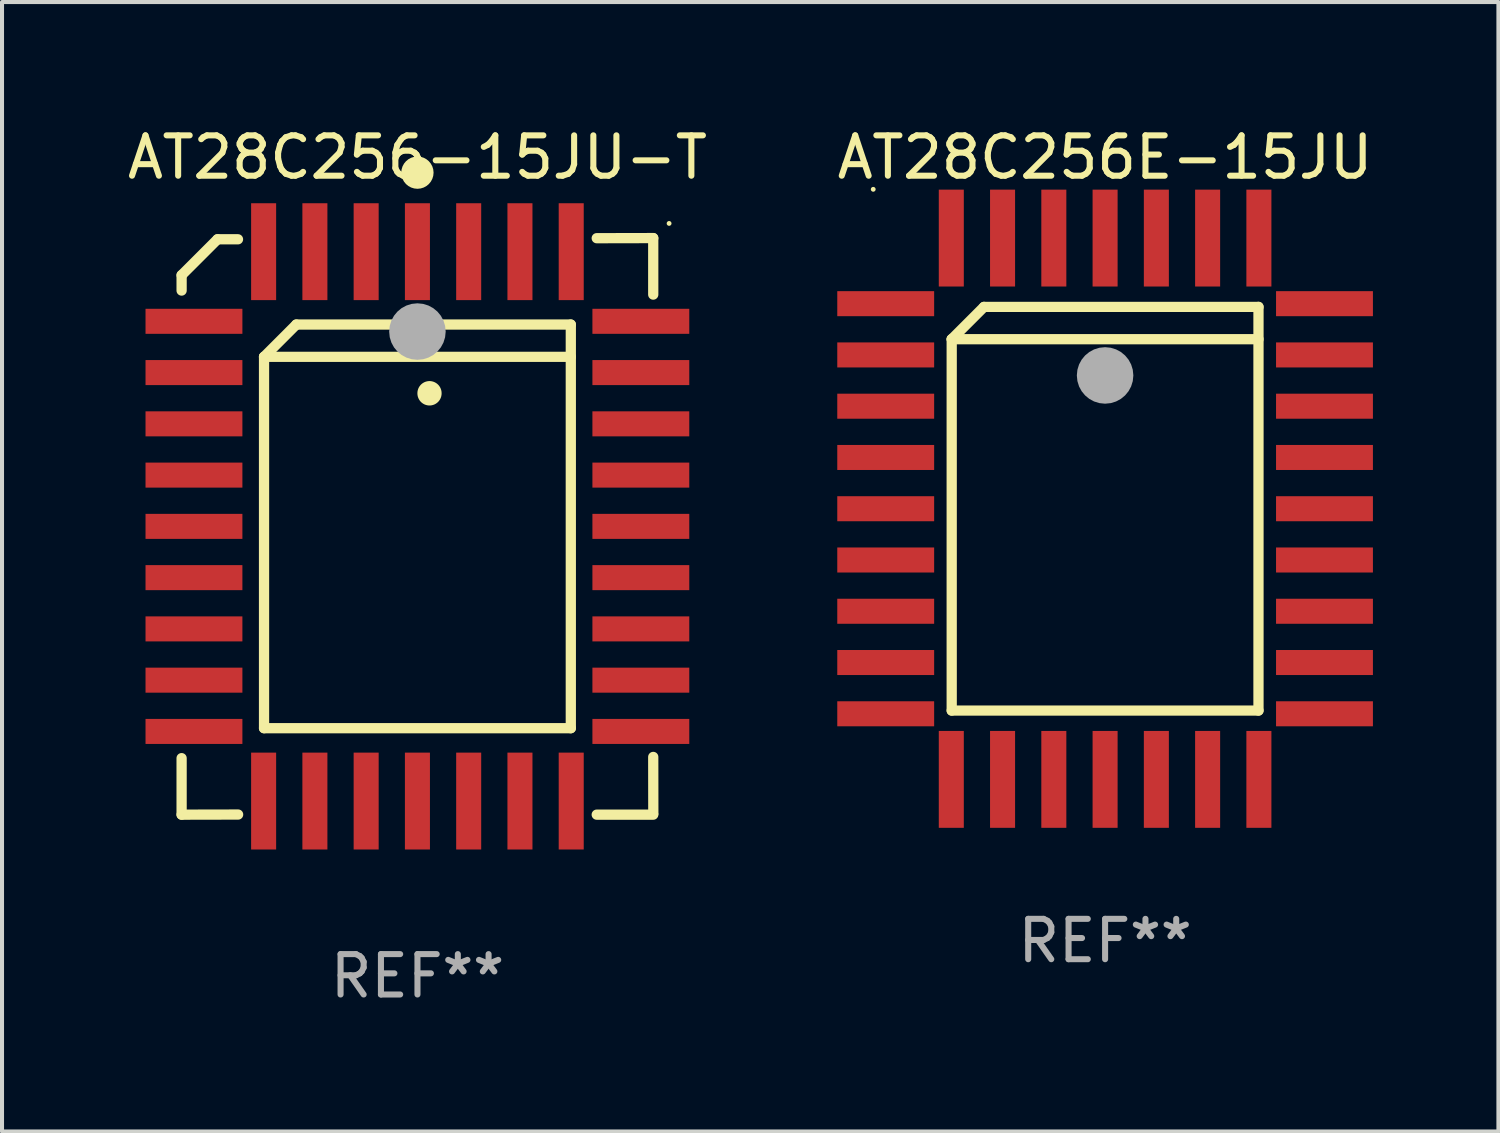
<source format=kicad_pcb>
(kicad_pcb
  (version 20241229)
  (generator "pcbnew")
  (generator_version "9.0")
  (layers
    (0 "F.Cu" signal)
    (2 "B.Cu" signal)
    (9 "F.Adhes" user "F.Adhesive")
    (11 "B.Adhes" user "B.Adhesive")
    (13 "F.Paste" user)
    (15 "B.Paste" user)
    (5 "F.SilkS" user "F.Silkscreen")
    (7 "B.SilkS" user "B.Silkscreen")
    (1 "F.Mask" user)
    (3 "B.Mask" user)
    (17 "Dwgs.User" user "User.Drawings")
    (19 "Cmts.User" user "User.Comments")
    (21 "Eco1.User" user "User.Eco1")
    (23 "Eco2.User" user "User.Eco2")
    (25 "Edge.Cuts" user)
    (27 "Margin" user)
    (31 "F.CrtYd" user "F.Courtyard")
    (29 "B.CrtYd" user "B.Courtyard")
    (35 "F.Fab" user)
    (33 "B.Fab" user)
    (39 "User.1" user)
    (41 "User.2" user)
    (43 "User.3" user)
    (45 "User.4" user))
  (footprint "AT28C256-15JU-T"
    (layer "F.Cu")
    (at 7.292 9.99)
    (property "Reference" "AT28C256-15JU-T" (at 0 -9.142 0) (layer "F.SilkS") (effects (font (size 1 1) (thickness 0.15))))
    (attr through_hole)
    (fp_line (start -5.843 5.742) (end -5.843 7.142) (stroke (width 0.254) (type solid)) (layer "F.SilkS"))
    (fp_line (start -5.843 7.142) (end -4.443 7.139) (stroke (width 0.254) (type solid)) (layer "F.SilkS"))
    (fp_line (start -5.843 -6.223) (end -4.954 -7.112) (stroke (width 0.254) (type solid)) (layer "F.SilkS"))
    (fp_line (start -5.843 -5.842) (end -5.843 -6.223) (stroke (width 0.254) (type solid)) (layer "F.SilkS"))
    (fp_line (start -4.954 -7.112) (end -4.446 -7.112) (stroke (width 0.254) (type solid)) (layer "F.SilkS"))
    (fp_line (start -3.801 -4.2) (end -3.001 -5) (stroke (width 0.254) (type solid)) (layer "F.SilkS"))
    (fp_line (start -3.801 -4.2) (end 3.799 -4.2) (stroke (width 0.254) (type solid)) (layer "F.SilkS"))
    (fp_line (start -3.801 5) (end -3.801 -4.2) (stroke (width 0.254) (type solid)) (layer "F.SilkS"))
    (fp_line (start -3.001 -5) (end 3.799 -5) (stroke (width 0.254) (type solid)) (layer "F.SilkS"))
    (fp_line (start 3.799 -5) (end 3.799 5) (stroke (width 0.254) (type solid)) (layer "F.SilkS"))
    (fp_line (start 3.799 5) (end -3.801 5) (stroke (width 0.254) (type solid)) (layer "F.SilkS"))
    (fp_line (start 4.441 7.142) (end 5.841 7.142) (stroke (width 0.254) (type solid)) (layer "F.SilkS"))
    (fp_line (start 5.841 -7.142) (end 4.441 -7.139) (stroke (width 0.254) (type solid)) (layer "F.SilkS"))
    (fp_line (start 5.841 -5.742) (end 5.841 -7.142) (stroke (width 0.254) (type solid)) (layer "F.SilkS"))
    (fp_line (start 5.843 7.112) (end 5.841 5.712) (stroke (width 0.254) (type solid)) (layer "F.SilkS"))
    (fp_arc (start 0.298285 -3.294387) (mid 0.298274 -3.296927) (end 0.298285 -3.299467) (stroke (width 0.6) (type solid)) (layer "F.SilkS"))
    (fp_circle (center -0.001 -8.763) (end 0.199 -8.763) (stroke (width 0.4) (type solid)) (fill no) (layer "F.SilkS"))
    (fp_circle (center 6.234 -7.505) (end 6.264 -7.505) (stroke (width 0.06) (type solid)) (fill no) (layer "F.SilkS"))
    (fp_circle (center -0.001 -4.826) (end 0.349 -4.826) (stroke (width 0.7) (type solid)) (fill no) (layer "F.Fab"))
    (fp_text user "REF**" (at 0 11.142 0) (layer "F.Fab") (effects (font (size 1 1) (thickness 0.15))))
    (pad "1" smd rect (at -0.001 -6.805 180) (size 0.62 2.4) (layers "F.Cu" "F.Mask" "F.Paste"))
    (pad "2" smd rect (at -1.271 -6.805 180) (size 0.62 2.4) (layers "F.Cu" "F.Mask" "F.Paste"))
    (pad "3" smd rect (at -2.541 -6.805 180) (size 0.62 2.4) (layers "F.Cu" "F.Mask" "F.Paste"))
    (pad "4" smd rect (at -3.811 -6.805 180) (size 0.62 2.4) (layers "F.Cu" "F.Mask" "F.Paste"))
    (pad "5" smd rect (at -5.537 -5.08 270) (size 0.62 2.4) (layers "F.Cu" "F.Mask" "F.Paste"))
    (pad "6" smd rect (at -5.537 -3.81 270) (size 0.62 2.4) (layers "F.Cu" "F.Mask" "F.Paste"))
    (pad "7" smd rect (at -5.537 -2.54 270) (size 0.62 2.4) (layers "F.Cu" "F.Mask" "F.Paste"))
    (pad "8" smd rect (at -5.537 -1.27 270) (size 0.62 2.4) (layers "F.Cu" "F.Mask" "F.Paste"))
    (pad "9" smd rect (at -5.537 0.000127 270) (size 0.62 2.4) (layers "F.Cu" "F.Mask" "F.Paste"))
    (pad "10" smd rect (at -5.537 1.27 270) (size 0.62 2.4) (layers "F.Cu" "F.Mask" "F.Paste"))
    (pad "11" smd rect (at -5.537 2.54 270) (size 0.62 2.4) (layers "F.Cu" "F.Mask" "F.Paste"))
    (pad "12" smd rect (at -5.537 3.81 270) (size 0.62 2.4) (layers "F.Cu" "F.Mask" "F.Paste"))
    (pad "13" smd rect (at -5.537 5.08 270) (size 0.62 2.4) (layers "F.Cu" "F.Mask" "F.Paste"))
    (pad "14" smd rect (at -3.811 6.805) (size 0.62 2.4) (layers "F.Cu" "F.Mask" "F.Paste"))
    (pad "15" smd rect (at -2.541 6.805) (size 0.62 2.4) (layers "F.Cu" "F.Mask" "F.Paste"))
    (pad "16" smd rect (at -1.271 6.805) (size 0.62 2.4) (layers "F.Cu" "F.Mask" "F.Paste"))
    (pad "17" smd rect (at -0.001 6.805) (size 0.62 2.4) (layers "F.Cu" "F.Mask" "F.Paste"))
    (pad "18" smd rect (at 1.269 6.805) (size 0.62 2.4) (layers "F.Cu" "F.Mask" "F.Paste"))
    (pad "19" smd rect (at 2.539 6.805) (size 0.62 2.4) (layers "F.Cu" "F.Mask" "F.Paste"))
    (pad "20" smd rect (at 3.809 6.805) (size 0.62 2.4) (layers "F.Cu" "F.Mask" "F.Paste"))
    (pad "21" smd rect (at 5.534 5.08 90) (size 0.62 2.4) (layers "F.Cu" "F.Mask" "F.Paste"))
    (pad "22" smd rect (at 5.534 3.81 90) (size 0.62 2.4) (layers "F.Cu" "F.Mask" "F.Paste"))
    (pad "23" smd rect (at 5.534 2.54 90) (size 0.62 2.4) (layers "F.Cu" "F.Mask" "F.Paste"))
    (pad "24" smd rect (at 5.534 1.27 90) (size 0.62 2.4) (layers "F.Cu" "F.Mask" "F.Paste"))
    (pad "25" smd rect (at 5.534 0.000127 90) (size 0.62 2.4) (layers "F.Cu" "F.Mask" "F.Paste"))
    (pad "26" smd rect (at 5.534 -1.27 90) (size 0.62 2.4) (layers "F.Cu" "F.Mask" "F.Paste"))
    (pad "27" smd rect (at 5.534 -2.54 90) (size 0.62 2.4) (layers "F.Cu" "F.Mask" "F.Paste"))
    (pad "28" smd rect (at 5.534 -3.81 90) (size 0.62 2.4) (layers "F.Cu" "F.Mask" "F.Paste"))
    (pad "29" smd rect (at 5.534 -5.08 90) (size 0.62 2.4) (layers "F.Cu" "F.Mask" "F.Paste"))
    (pad "30" smd rect (at 3.809 -6.805) (size 0.62 2.4) (layers "F.Cu" "F.Mask" "F.Paste"))
    (pad "31" smd rect (at 2.539 -6.805) (size 0.62 2.4) (layers "F.Cu" "F.Mask" "F.Paste"))
    (pad "32" smd rect (at 1.269 -6.805) (size 0.62 2.4) (layers "F.Cu" "F.Mask" "F.Paste")))
  (footprint "AT28C256E-15JU"
    (layer "F.Cu")
    (at 24.327 9.553)
    (property "Reference" "AT28C256E-15JU" (at 0 -8.705 0) (layer "F.SilkS") (effects (font (size 1 1) (thickness 0.15))))
    (attr through_hole)
    (fp_line (start -3.8 -4.2) (end -3 -5) (stroke (width 0.254) (type solid)) (layer "F.SilkS"))
    (fp_line (start -3.8 -4.2) (end 3.8 -4.2) (stroke (width 0.254) (type solid)) (layer "F.SilkS"))
    (fp_line (start -3.8 5) (end -3.8 -4.2) (stroke (width 0.254) (type solid)) (layer "F.SilkS"))
    (fp_line (start -3 -5) (end 3.8 -5) (stroke (width 0.254) (type solid)) (layer "F.SilkS"))
    (fp_line (start 3.8 -5) (end 3.8 5) (stroke (width 0.254) (type solid)) (layer "F.SilkS"))
    (fp_line (start 3.8 5) (end -3.8 5) (stroke (width 0.254) (type solid)) (layer "F.SilkS"))
    (fp_arc (start 0.299721 -3.294387) (mid 0.29971 -3.296927) (end 0.299721 -3.299467) (stroke (width 0.6) (type solid)) (layer "F.SilkS"))
    (fp_circle (center -5.744 -7.913) (end -5.714 -7.913) (stroke (width 0.06) (type solid)) (fill no) (layer "F.SilkS"))
    (fp_circle (center 0 -3.302) (end 0.35 -3.302) (stroke (width 0.7) (type solid)) (fill no) (layer "F.Fab"))
    (fp_text user "REF**" (at 0 10.705 0) (layer "F.Fab") (effects (font (size 1 1) (thickness 0.15))))
    (pad "1" smd rect (at 0 -6.705 180) (size 0.62 2.4) (layers "F.Cu" "F.Mask" "F.Paste"))
    (pad "2" smd rect (at -1.27 -6.705 180) (size 0.62 2.4) (layers "F.Cu" "F.Mask" "F.Paste"))
    (pad "3" smd rect (at -2.54 -6.705 180) (size 0.62 2.4) (layers "F.Cu" "F.Mask" "F.Paste"))
    (pad "4" smd rect (at -3.81 -6.705 180) (size 0.62 2.4) (layers "F.Cu" "F.Mask" "F.Paste"))
    (pad "5" smd rect (at -5.435 -5.08 270) (size 0.62 2.4) (layers "F.Cu" "F.Mask" "F.Paste"))
    (pad "6" smd rect (at -5.435 -3.81 270) (size 0.62 2.4) (layers "F.Cu" "F.Mask" "F.Paste"))
    (pad "7" smd rect (at -5.435 -2.54 270) (size 0.62 2.4) (layers "F.Cu" "F.Mask" "F.Paste"))
    (pad "8" smd rect (at -5.435 -1.27 270) (size 0.62 2.4) (layers "F.Cu" "F.Mask" "F.Paste"))
    (pad "9" smd rect (at -5.435 0 270) (size 0.62 2.4) (layers "F.Cu" "F.Mask" "F.Paste"))
    (pad "10" smd rect (at -5.435 1.27 270) (size 0.62 2.4) (layers "F.Cu" "F.Mask" "F.Paste"))
    (pad "11" smd rect (at -5.435 2.54 270) (size 0.62 2.4) (layers "F.Cu" "F.Mask" "F.Paste"))
    (pad "12" smd rect (at -5.435 3.81 270) (size 0.62 2.4) (layers "F.Cu" "F.Mask" "F.Paste"))
    (pad "13" smd rect (at -5.435 5.08 270) (size 0.62 2.4) (layers "F.Cu" "F.Mask" "F.Paste"))
    (pad "14" smd rect (at -3.81 6.705) (size 0.62 2.4) (layers "F.Cu" "F.Mask" "F.Paste"))
    (pad "15" smd rect (at -2.54 6.705) (size 0.62 2.4) (layers "F.Cu" "F.Mask" "F.Paste"))
    (pad "16" smd rect (at -1.27 6.705) (size 0.62 2.4) (layers "F.Cu" "F.Mask" "F.Paste"))
    (pad "17" smd rect (at 0 6.705) (size 0.62 2.4) (layers "F.Cu" "F.Mask" "F.Paste"))
    (pad "18" smd rect (at 1.27 6.705) (size 0.62 2.4) (layers "F.Cu" "F.Mask" "F.Paste"))
    (pad "19" smd rect (at 2.54 6.705) (size 0.62 2.4) (layers "F.Cu" "F.Mask" "F.Paste"))
    (pad "20" smd rect (at 3.81 6.705) (size 0.62 2.4) (layers "F.Cu" "F.Mask" "F.Paste"))
    (pad "21" smd rect (at 5.435 5.08 90) (size 0.62 2.4) (layers "F.Cu" "F.Mask" "F.Paste"))
    (pad "22" smd rect (at 5.435 3.81 90) (size 0.62 2.4) (layers "F.Cu" "F.Mask" "F.Paste"))
    (pad "23" smd rect (at 5.435 2.54 90) (size 0.62 2.4) (layers "F.Cu" "F.Mask" "F.Paste"))
    (pad "24" smd rect (at 5.435 1.27 90) (size 0.62 2.4) (layers "F.Cu" "F.Mask" "F.Paste"))
    (pad "25" smd rect (at 5.435 0 90) (size 0.62 2.4) (layers "F.Cu" "F.Mask" "F.Paste"))
    (pad "26" smd rect (at 5.435 -1.27 90) (size 0.62 2.4) (layers "F.Cu" "F.Mask" "F.Paste"))
    (pad "27" smd rect (at 5.435 -2.54 90) (size 0.62 2.4) (layers "F.Cu" "F.Mask" "F.Paste"))
    (pad "28" smd rect (at 5.435 -3.81 90) (size 0.62 2.4) (layers "F.Cu" "F.Mask" "F.Paste"))
    (pad "29" smd rect (at 5.435 -5.08 90) (size 0.62 2.4) (layers "F.Cu" "F.Mask" "F.Paste"))
    (pad "30" smd rect (at 3.81 -6.705) (size 0.62 2.4) (layers "F.Cu" "F.Mask" "F.Paste"))
    (pad "31" smd rect (at 2.54 -6.705) (size 0.62 2.4) (layers "F.Cu" "F.Mask" "F.Paste"))
    (pad "32" smd rect (at 1.27 -6.705) (size 0.62 2.4) (layers "F.Cu" "F.Mask" "F.Paste")))
  (gr_rect
    (start -3 -3)
    (end 34.071 24.981)
    (stroke (width 0.1) (type default))
    (fill no)
    (layer "Edge.Cuts")))
</source>
